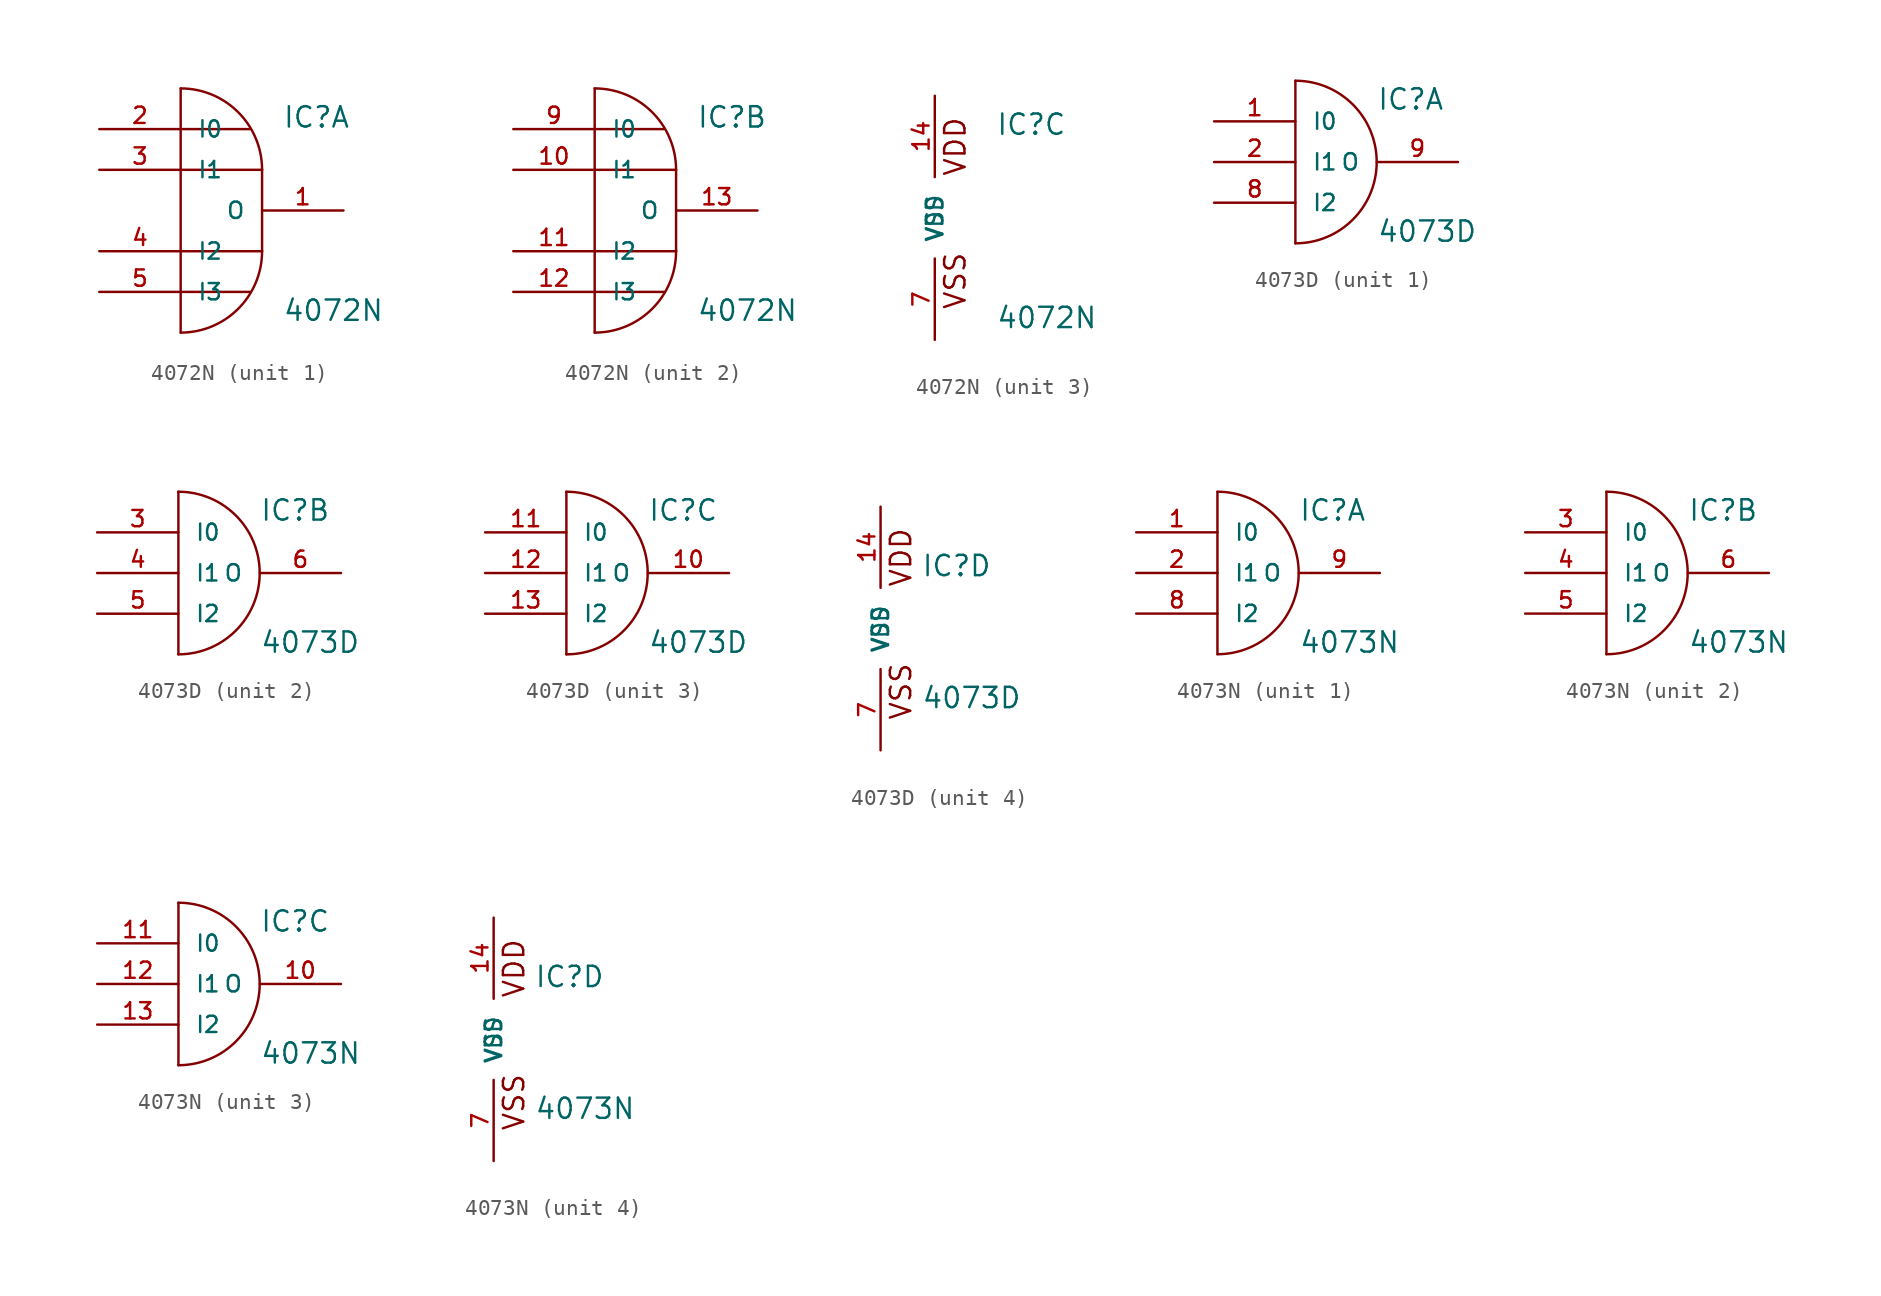
<source format=kicad_sym>
(kicad_symbol_lib
  (version 20211014)
  (generator kicad_symbol_editor)
  (symbol "4072N"
    (pin_names
      (offset 1.016))
    (property "Reference" "IC"
      (at 3.81 5.08 0)
      (effects (font (size 1.27 1.27)) (justify left bottom)))
    (property "Value" "4072N"
      (at 3.81 -6.985 0)
      (effects (font (size 1.27 1.27)) (justify left bottom)))
    (property "ki_locked" ""
      (at 0 0 0)
      (effects (font (size 1.27 1.27))))
    (symbol "4072N_1_0"
      (polyline (pts (xy -2.54 -5.08) (xy 1.778 -5.08)) (stroke (width 0) (type default) (color 0 0 0 0)) (fill (type none)))
      (polyline (pts (xy -2.54 -2.54) (xy 2.54 -2.54)) (stroke (width 0) (type default) (color 0 0 0 0)) (fill (type none)))
      (polyline (pts (xy -2.54 2.54) (xy 2.54 2.54)) (stroke (width 0) (type default) (color 0 0 0 0)) (fill (type none)))
      (polyline (pts (xy -2.54 5.08) (xy 1.778 5.08)) (stroke (width 0) (type default) (color 0 0 0 0)) (fill (type none)))
      (polyline (pts (xy -2.54 7.62) (xy -2.54 -7.62)) (stroke (width 0) (type default) (color 0 0 0 0)) (fill (type none)))
      (polyline (pts (xy 2.54 2.54) (xy 2.54 -2.54)) (stroke (width 0) (type default) (color 0 0 0 0)) (fill (type none))))
    (symbol "4072N_1_1"
      (arc (start -2.54 -7.62) (mid 1.0521 -6.1321) (end 2.54 -2.54) (stroke (width 0) (type default) (color 0 0 0 0)) (fill (type none)))
      (arc (start 2.54 2.54) (mid 1.0521 6.1321) (end -2.54 7.62) (stroke (width 0) (type default) (color 0 0 0 0)) (fill (type none)))
      (pin output line (at 7.62 0 180) (length 5.08) (name "O" (effects (font (size 1.016 1.016)))) (number "1" (effects (font (size 1.016 1.016)))))
      (pin input line (at -7.62 5.08 0) (length 5.08) (name "I0" (effects (font (size 1.016 1.016)))) (number "2" (effects (font (size 1.016 1.016)))))
      (pin input line (at -7.62 2.54 0) (length 5.08) (name "I1" (effects (font (size 1.016 1.016)))) (number "3" (effects (font (size 1.016 1.016)))))
      (pin input line (at -7.62 -2.54 0) (length 5.08) (name "I2" (effects (font (size 1.016 1.016)))) (number "4" (effects (font (size 1.016 1.016)))))
      (pin input line (at -7.62 -5.08 0) (length 5.08) (name "I3" (effects (font (size 1.016 1.016)))) (number "5" (effects (font (size 1.016 1.016))))))
    (symbol "4072N_2_0"
      (polyline (pts (xy -2.54 -5.08) (xy 1.778 -5.08)) (stroke (width 0) (type default) (color 0 0 0 0)) (fill (type none)))
      (polyline (pts (xy -2.54 -2.54) (xy 2.54 -2.54)) (stroke (width 0) (type default) (color 0 0 0 0)) (fill (type none)))
      (polyline (pts (xy -2.54 2.54) (xy 2.54 2.54)) (stroke (width 0) (type default) (color 0 0 0 0)) (fill (type none)))
      (polyline (pts (xy -2.54 5.08) (xy 1.778 5.08)) (stroke (width 0) (type default) (color 0 0 0 0)) (fill (type none)))
      (polyline (pts (xy -2.54 7.62) (xy -2.54 -7.62)) (stroke (width 0) (type default) (color 0 0 0 0)) (fill (type none)))
      (polyline (pts (xy 2.54 2.54) (xy 2.54 -2.54)) (stroke (width 0) (type default) (color 0 0 0 0)) (fill (type none))))
    (symbol "4072N_2_1"
      (arc (start -2.54 -7.62) (mid 1.0521 -6.1321) (end 2.54 -2.54) (stroke (width 0) (type default) (color 0 0 0 0)) (fill (type none)))
      (arc (start 2.54 2.54) (mid 1.0521 6.1321) (end -2.54 7.62) (stroke (width 0) (type default) (color 0 0 0 0)) (fill (type none)))
      (pin input line (at -7.62 2.54 0) (length 5.08) (name "I1" (effects (font (size 1.016 1.016)))) (number "10" (effects (font (size 1.016 1.016)))))
      (pin input line (at -7.62 -2.54 0) (length 5.08) (name "I2" (effects (font (size 1.016 1.016)))) (number "11" (effects (font (size 1.016 1.016)))))
      (pin input line (at -7.62 -5.08 0) (length 5.08) (name "I3" (effects (font (size 1.016 1.016)))) (number "12" (effects (font (size 1.016 1.016)))))
      (pin output line (at 7.62 0 180) (length 5.08) (name "O" (effects (font (size 1.016 1.016)))) (number "13" (effects (font (size 1.016 1.016)))))
      (pin input line (at -7.62 5.08 0) (length 5.08) (name "I0" (effects (font (size 1.016 1.016)))) (number "9" (effects (font (size 1.016 1.016))))))
    (symbol "4072N_3_0"
      (text "VDD" (at 1.27 4.445 1) (effects (font (size 1.27 1.27))))
      (text "VSS" (at 1.27 -3.937 1) (effects (font (size 1.27 1.27)))))
    (symbol "4072N_3_1"
      (pin power_in line (at 0 7.62 270) (length 5.08) (name "VDD" (effects (font (size 1.016 1.016)))) (number "14" (effects (font (size 1.016 1.016)))))
      (pin power_in line (at 0 -7.62 90) (length 5.08) (name "VSS" (effects (font (size 1.016 1.016)))) (number "7" (effects (font (size 1.016 1.016)))))))
  (symbol "4073D"
    (pin_names
      (offset 1.016))
    (property "Reference" "IC"
      (at 2.54 3.175 0)
      (effects (font (size 1.27 1.27)) (justify left bottom)))
    (property "Value" "4073D"
      (at 2.54 -5.08 0)
      (effects (font (size 1.27 1.27)) (justify left bottom)))
    (property "ki_locked" ""
      (at 0 0 0)
      (effects (font (size 1.27 1.27))))
    (symbol "4073D_1_0"
      (polyline (pts (xy -2.54 5.08) (xy -2.54 -5.08)) (stroke (width 0) (type default) (color 0 0 0 0)) (fill (type none))))
    (symbol "4073D_1_1"
      (arc (start -2.54 -5.08) (mid 2.54 0) (end -2.54 5.08) (stroke (width 0) (type default) (color 0 0 0 0)) (fill (type none)))
      (pin input line (at -7.62 2.54 0) (length 5.08) (name "I0" (effects (font (size 1.016 1.016)))) (number "1" (effects (font (size 1.016 1.016)))))
      (pin input line (at -7.62 0 0) (length 5.08) (name "I1" (effects (font (size 1.016 1.016)))) (number "2" (effects (font (size 1.016 1.016)))))
      (pin input line (at -7.62 -2.54 0) (length 5.08) (name "I2" (effects (font (size 1.016 1.016)))) (number "8" (effects (font (size 1.016 1.016)))))
      (pin output line (at 7.62 0 180) (length 5.08) (name "O" (effects (font (size 1.016 1.016)))) (number "9" (effects (font (size 1.016 1.016))))))
    (symbol "4073D_2_0"
      (polyline (pts (xy -2.54 5.08) (xy -2.54 -5.08)) (stroke (width 0) (type default) (color 0 0 0 0)) (fill (type none))))
    (symbol "4073D_2_1"
      (arc (start -2.54 -5.08) (mid 2.54 0) (end -2.54 5.08) (stroke (width 0) (type default) (color 0 0 0 0)) (fill (type none)))
      (pin input line (at -7.62 2.54 0) (length 5.08) (name "I0" (effects (font (size 1.016 1.016)))) (number "3" (effects (font (size 1.016 1.016)))))
      (pin input line (at -7.62 0 0) (length 5.08) (name "I1" (effects (font (size 1.016 1.016)))) (number "4" (effects (font (size 1.016 1.016)))))
      (pin input line (at -7.62 -2.54 0) (length 5.08) (name "I2" (effects (font (size 1.016 1.016)))) (number "5" (effects (font (size 1.016 1.016)))))
      (pin output line (at 7.62 0 180) (length 5.08) (name "O" (effects (font (size 1.016 1.016)))) (number "6" (effects (font (size 1.016 1.016))))))
    (symbol "4073D_3_0"
      (polyline (pts (xy -2.54 5.08) (xy -2.54 -5.08)) (stroke (width 0) (type default) (color 0 0 0 0)) (fill (type none))))
    (symbol "4073D_3_1"
      (arc (start -2.54 -5.08) (mid 2.54 0) (end -2.54 5.08) (stroke (width 0) (type default) (color 0 0 0 0)) (fill (type none)))
      (pin output line (at 7.62 0 180) (length 5.08) (name "O" (effects (font (size 1.016 1.016)))) (number "10" (effects (font (size 1.016 1.016)))))
      (pin input line (at -7.62 2.54 0) (length 5.08) (name "I0" (effects (font (size 1.016 1.016)))) (number "11" (effects (font (size 1.016 1.016)))))
      (pin input line (at -7.62 0 0) (length 5.08) (name "I1" (effects (font (size 1.016 1.016)))) (number "12" (effects (font (size 1.016 1.016)))))
      (pin input line (at -7.62 -2.54 0) (length 5.08) (name "I2" (effects (font (size 1.016 1.016)))) (number "13" (effects (font (size 1.016 1.016))))))
    (symbol "4073D_4_0"
      (text "VDD" (at 1.27 4.445 1) (effects (font (size 1.27 1.27))))
      (text "VSS" (at 1.27 -3.937 1) (effects (font (size 1.27 1.27)))))
    (symbol "4073D_4_1"
      (pin power_in line (at 0 7.62 270) (length 5.08) (name "VDD" (effects (font (size 1.016 1.016)))) (number "14" (effects (font (size 1.016 1.016)))))
      (pin power_in line (at 0 -7.62 90) (length 5.08) (name "VSS" (effects (font (size 1.016 1.016)))) (number "7" (effects (font (size 1.016 1.016)))))))
  (symbol "4073N"
    (pin_names
      (offset 1.016))
    (property "Reference" "IC"
      (at 2.54 3.175 0)
      (effects (font (size 1.27 1.27)) (justify left bottom)))
    (property "Value" "4073N"
      (at 2.54 -5.08 0)
      (effects (font (size 1.27 1.27)) (justify left bottom)))
    (property "ki_locked" ""
      (at 0 0 0)
      (effects (font (size 1.27 1.27))))
    (symbol "4073N_1_0"
      (polyline (pts (xy -2.54 5.08) (xy -2.54 -5.08)) (stroke (width 0) (type default) (color 0 0 0 0)) (fill (type none))))
    (symbol "4073N_1_1"
      (arc (start -2.54 -5.08) (mid 2.54 0) (end -2.54 5.08) (stroke (width 0) (type default) (color 0 0 0 0)) (fill (type none)))
      (pin input line (at -7.62 2.54 0) (length 5.08) (name "I0" (effects (font (size 1.016 1.016)))) (number "1" (effects (font (size 1.016 1.016)))))
      (pin input line (at -7.62 0 0) (length 5.08) (name "I1" (effects (font (size 1.016 1.016)))) (number "2" (effects (font (size 1.016 1.016)))))
      (pin input line (at -7.62 -2.54 0) (length 5.08) (name "I2" (effects (font (size 1.016 1.016)))) (number "8" (effects (font (size 1.016 1.016)))))
      (pin output line (at 7.62 0 180) (length 5.08) (name "O" (effects (font (size 1.016 1.016)))) (number "9" (effects (font (size 1.016 1.016))))))
    (symbol "4073N_2_0"
      (polyline (pts (xy -2.54 5.08) (xy -2.54 -5.08)) (stroke (width 0) (type default) (color 0 0 0 0)) (fill (type none))))
    (symbol "4073N_2_1"
      (arc (start -2.54 -5.08) (mid 2.54 0) (end -2.54 5.08) (stroke (width 0) (type default) (color 0 0 0 0)) (fill (type none)))
      (pin input line (at -7.62 2.54 0) (length 5.08) (name "I0" (effects (font (size 1.016 1.016)))) (number "3" (effects (font (size 1.016 1.016)))))
      (pin input line (at -7.62 0 0) (length 5.08) (name "I1" (effects (font (size 1.016 1.016)))) (number "4" (effects (font (size 1.016 1.016)))))
      (pin input line (at -7.62 -2.54 0) (length 5.08) (name "I2" (effects (font (size 1.016 1.016)))) (number "5" (effects (font (size 1.016 1.016)))))
      (pin output line (at 7.62 0 180) (length 5.08) (name "O" (effects (font (size 1.016 1.016)))) (number "6" (effects (font (size 1.016 1.016))))))
    (symbol "4073N_3_0"
      (polyline (pts (xy -2.54 5.08) (xy -2.54 -5.08)) (stroke (width 0) (type default) (color 0 0 0 0)) (fill (type none))))
    (symbol "4073N_3_1"
      (arc (start -2.54 -5.08) (mid 2.54 0) (end -2.54 5.08) (stroke (width 0) (type default) (color 0 0 0 0)) (fill (type none)))
      (pin output line (at 7.62 0 180) (length 5.08) (name "O" (effects (font (size 1.016 1.016)))) (number "10" (effects (font (size 1.016 1.016)))))
      (pin input line (at -7.62 2.54 0) (length 5.08) (name "I0" (effects (font (size 1.016 1.016)))) (number "11" (effects (font (size 1.016 1.016)))))
      (pin input line (at -7.62 0 0) (length 5.08) (name "I1" (effects (font (size 1.016 1.016)))) (number "12" (effects (font (size 1.016 1.016)))))
      (pin input line (at -7.62 -2.54 0) (length 5.08) (name "I2" (effects (font (size 1.016 1.016)))) (number "13" (effects (font (size 1.016 1.016))))))
    (symbol "4073N_4_0"
      (text "VDD" (at 1.27 4.445 1) (effects (font (size 1.27 1.27))))
      (text "VSS" (at 1.27 -3.937 1) (effects (font (size 1.27 1.27)))))
    (symbol "4073N_4_1"
      (pin power_in line (at 0 7.62 270) (length 5.08) (name "VDD" (effects (font (size 1.016 1.016)))) (number "14" (effects (font (size 1.016 1.016)))))
      (pin power_in line (at 0 -7.62 90) (length 5.08) (name "VSS" (effects (font (size 1.016 1.016)))) (number "7" (effects (font (size 1.016 1.016))))))))
</source>
